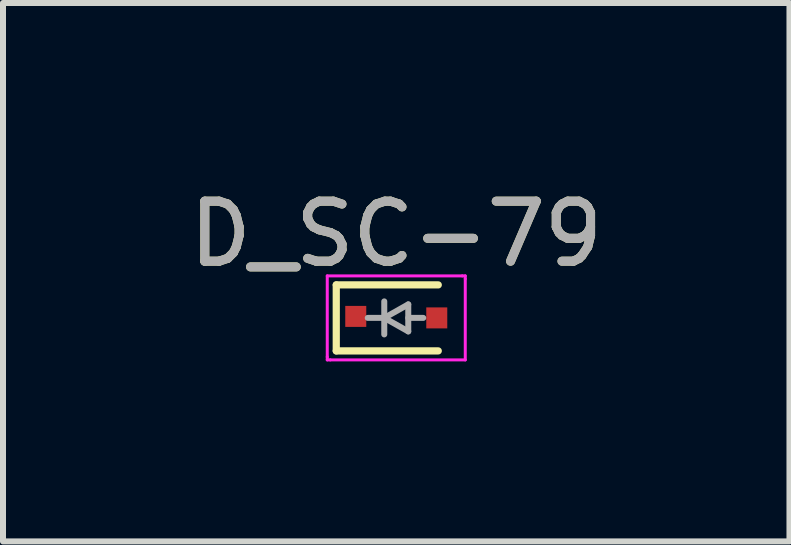
<source format=kicad_pcb>
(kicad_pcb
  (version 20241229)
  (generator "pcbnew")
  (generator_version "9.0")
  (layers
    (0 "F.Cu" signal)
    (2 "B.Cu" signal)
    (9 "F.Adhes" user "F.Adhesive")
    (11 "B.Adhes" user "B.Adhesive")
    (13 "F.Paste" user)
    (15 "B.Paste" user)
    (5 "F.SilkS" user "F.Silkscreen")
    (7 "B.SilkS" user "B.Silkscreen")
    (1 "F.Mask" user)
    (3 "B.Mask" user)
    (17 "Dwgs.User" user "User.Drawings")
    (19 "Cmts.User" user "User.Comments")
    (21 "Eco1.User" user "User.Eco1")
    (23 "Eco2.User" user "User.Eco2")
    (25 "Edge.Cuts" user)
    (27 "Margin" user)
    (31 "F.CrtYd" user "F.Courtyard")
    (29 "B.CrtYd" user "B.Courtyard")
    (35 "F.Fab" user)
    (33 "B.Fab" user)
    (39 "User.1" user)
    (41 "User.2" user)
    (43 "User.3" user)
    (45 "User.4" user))
  (footprint "D_SC-79"
    (layer "F.Cu")
    (at 3.554 2.248)
    (property "Reference" "D_SC-79" (at 0 -1.4 0) (layer "F.SilkS") (effects (font (size 1 1) (thickness 0.15))))
    (attr smd)
    (fp_line (start -1 -0.55) (end -1 0.55) (stroke (width 0.12) (type solid)) (layer "F.SilkS"))
    (fp_line (start -1 0.55) (end 0.7 0.55) (stroke (width 0.12) (type solid)) (layer "F.SilkS"))
    (fp_line (start 0.7 -0.55) (end -1 -0.55) (stroke (width 0.12) (type solid)) (layer "F.SilkS"))
    (fp_line (start -1.15 -0.7) (end 1.1 -0.7) (stroke (width 0.05) (type solid)) (layer "F.CrtYd"))
    (fp_line (start -1.15 0.65) (end -1.15 -0.7) (stroke (width 0.05) (type solid)) (layer "F.CrtYd"))
    (fp_line (start -1.15 0.65) (end -1.15 0.7) (stroke (width 0.05) (type solid)) (layer "F.CrtYd"))
    (fp_line (start -1.15 0.7) (end -1.1 0.7) (stroke (width 0.05) (type solid)) (layer "F.CrtYd"))
    (fp_line (start 1.1 -0.7) (end 1.15 -0.7) (stroke (width 0.05) (type solid)) (layer "F.CrtYd"))
    (fp_line (start 1.15 -0.7) (end 1.15 -0.65) (stroke (width 0.05) (type solid)) (layer "F.CrtYd"))
    (fp_line (start 1.15 -0.65) (end 1.15 0.7) (stroke (width 0.05) (type solid)) (layer "F.CrtYd"))
    (fp_line (start 1.15 0.7) (end -1.1 0.7) (stroke (width 0.05) (type solid)) (layer "F.CrtYd"))
    (fp_line (start -0.2 -0.275) (end -0.2 0.275) (stroke (width 0.1) (type solid)) (layer "F.Fab"))
    (fp_line (start -0.2 0) (end -0.475 0) (stroke (width 0.1) (type solid)) (layer "F.Fab"))
    (fp_line (start -0.2 0) (end 0.2 -0.225) (stroke (width 0.1) (type solid)) (layer "F.Fab"))
    (fp_line (start 0.2 -0.225) (end 0.2 0.225) (stroke (width 0.1) (type solid)) (layer "F.Fab"))
    (fp_line (start 0.2 0) (end 0.45 0) (stroke (width 0.1) (type solid)) (layer "F.Fab"))
    (fp_line (start 0.2 0.225) (end -0.2 0) (stroke (width 0.1) (type solid)) (layer "F.Fab"))
    (fp_text user "${REFERENCE}" (at 0 -1.4 0) (layer "F.Fab") (effects (font (size 1 1) (thickness 0.15))))
    (pad "1" smd rect (at -0.675 -0.025) (size 0.35 0.35) (layers "F.Cu" "F.Mask" "F.Paste"))
    (pad "2" smd rect (at 0.675 0) (size 0.35 0.35) (layers "F.Cu" "F.Mask" "F.Paste")))
  (gr_rect
    (start -3 -3)
    (end 10.107 5.973)
    (stroke (width 0.1) (type default))
    (fill no)
    (layer "Edge.Cuts")))
</source>
